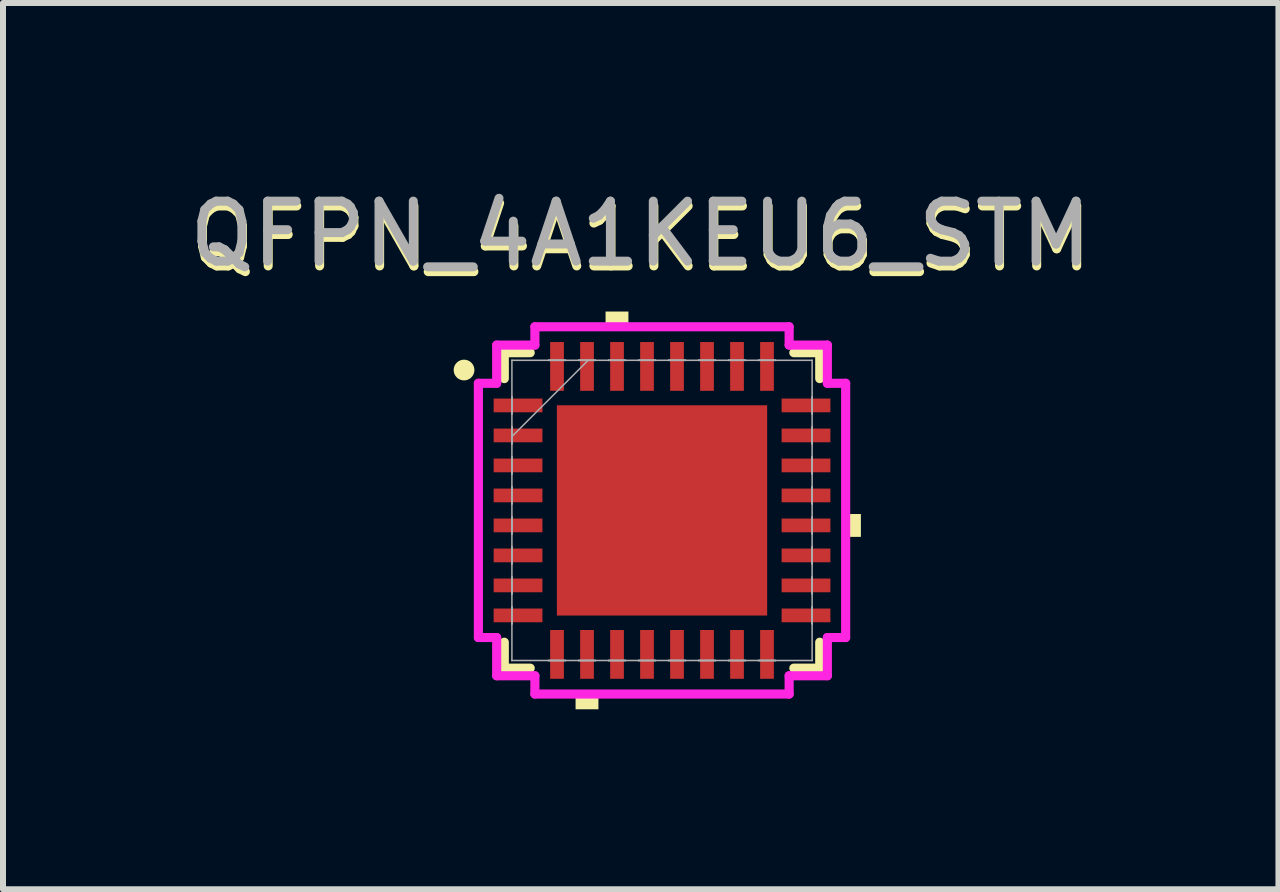
<source format=kicad_pcb>
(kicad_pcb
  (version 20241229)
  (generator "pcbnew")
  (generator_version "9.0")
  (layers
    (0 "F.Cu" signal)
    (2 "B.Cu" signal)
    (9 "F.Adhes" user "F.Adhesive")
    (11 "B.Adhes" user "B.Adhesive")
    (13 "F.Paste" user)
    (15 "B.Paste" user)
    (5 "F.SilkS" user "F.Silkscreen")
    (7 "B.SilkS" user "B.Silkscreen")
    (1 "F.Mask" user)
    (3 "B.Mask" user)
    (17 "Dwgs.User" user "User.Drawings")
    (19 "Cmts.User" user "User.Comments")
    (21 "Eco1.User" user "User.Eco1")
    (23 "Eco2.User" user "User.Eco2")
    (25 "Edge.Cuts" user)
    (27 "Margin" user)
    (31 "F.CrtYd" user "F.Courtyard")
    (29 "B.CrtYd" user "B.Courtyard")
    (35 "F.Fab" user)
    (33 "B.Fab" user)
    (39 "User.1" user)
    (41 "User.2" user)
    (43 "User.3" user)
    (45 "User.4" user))
  (footprint "QFPN_4A1KEU6_STM"
    (layer "F.Cu")
    (at 7.985 5.458)
    (property "Reference" "QFPN_4A1KEU6_STM" (at -0.35 -4.53 0) (unlocked yes) (layer "F.SilkS") (effects (font (size 1 1) (thickness 0.15))))
    (attr smd)
    (fp_line (start -2.629 -2.629) (end -2.629 -2.197) (stroke (width 0.152) (type solid)) (layer "F.SilkS"))
    (fp_line (start -2.629 2.197) (end -2.629 2.629) (stroke (width 0.152) (type solid)) (layer "F.SilkS"))
    (fp_line (start -2.629 2.629) (end -2.197 2.629) (stroke (width 0.152) (type solid)) (layer "F.SilkS"))
    (fp_line (start -2.197 -2.629) (end -2.629 -2.629) (stroke (width 0.152) (type solid)) (layer "F.SilkS"))
    (fp_line (start 2.197 2.629) (end 2.629 2.629) (stroke (width 0.152) (type solid)) (layer "F.SilkS"))
    (fp_line (start 2.629 -2.629) (end 2.197 -2.629) (stroke (width 0.152) (type solid)) (layer "F.SilkS"))
    (fp_line (start 2.629 -2.197) (end 2.629 -2.629) (stroke (width 0.152) (type solid)) (layer "F.SilkS"))
    (fp_line (start 2.629 2.629) (end 2.629 2.197) (stroke (width 0.152) (type solid)) (layer "F.SilkS"))
    (fp_circle (center -3.3 -2.34) (end -3.187 -2.34) (stroke (width 0.12) (type solid)) (fill yes) (layer "F.SilkS"))
    (fp_poly (pts (xy -1.441 3.061) (xy -1.441 3.315) (xy -1.06 3.315) (xy -1.06 3.061)) (stroke (width 0) (type solid)) (fill yes) (layer "F.SilkS"))
    (fp_poly (pts (xy -0.941 -3.061) (xy -0.941 -3.315) (xy -0.56 -3.315) (xy -0.56 -3.061)) (stroke (width 0) (type solid)) (fill yes) (layer "F.SilkS"))
    (fp_poly (pts (xy 3.315 0.06) (xy 3.315 0.441) (xy 3.061 0.441) (xy 3.061 0.06)) (stroke (width 0) (type solid)) (fill yes) (layer "F.SilkS"))
    (fp_poly (pts (xy -1.653 -1.653) (xy -1.653 -0.1) (xy -0.1 -0.1) (xy -0.1 -1.653)) (stroke (width 0) (type solid)) (fill yes) (layer "F.Paste"))
    (fp_poly (pts (xy -1.653 0.1) (xy -1.653 1.653) (xy -0.1 1.653) (xy -0.1 0.1)) (stroke (width 0) (type solid)) (fill yes) (layer "F.Paste"))
    (fp_poly (pts (xy 0.1 -1.653) (xy 0.1 -0.1) (xy 1.653 -0.1) (xy 1.653 -1.653)) (stroke (width 0) (type solid)) (fill yes) (layer "F.Paste"))
    (fp_poly (pts (xy 0.1 0.1) (xy 0.1 1.653) (xy 1.653 1.653) (xy 1.653 0.1)) (stroke (width 0) (type solid)) (fill yes) (layer "F.Paste"))
    (fp_line (start -3.061 -2.119) (end -2.756 -2.119) (stroke (width 0.152) (type solid)) (layer "F.CrtYd"))
    (fp_line (start -3.061 2.119) (end -3.061 -2.119) (stroke (width 0.152) (type solid)) (layer "F.CrtYd"))
    (fp_line (start -2.756 -2.756) (end -2.119 -2.756) (stroke (width 0.152) (type solid)) (layer "F.CrtYd"))
    (fp_line (start -2.756 -2.119) (end -2.756 -2.756) (stroke (width 0.152) (type solid)) (layer "F.CrtYd"))
    (fp_line (start -2.756 2.119) (end -3.061 2.119) (stroke (width 0.152) (type solid)) (layer "F.CrtYd"))
    (fp_line (start -2.756 2.756) (end -2.756 2.119) (stroke (width 0.152) (type solid)) (layer "F.CrtYd"))
    (fp_line (start -2.119 -3.061) (end 2.119 -3.061) (stroke (width 0.152) (type solid)) (layer "F.CrtYd"))
    (fp_line (start -2.119 -2.756) (end -2.119 -3.061) (stroke (width 0.152) (type solid)) (layer "F.CrtYd"))
    (fp_line (start -2.119 2.756) (end -2.756 2.756) (stroke (width 0.152) (type solid)) (layer "F.CrtYd"))
    (fp_line (start -2.119 3.061) (end -2.119 2.756) (stroke (width 0.152) (type solid)) (layer "F.CrtYd"))
    (fp_line (start 2.119 -3.061) (end 2.119 -2.756) (stroke (width 0.152) (type solid)) (layer "F.CrtYd"))
    (fp_line (start 2.119 -2.756) (end 2.756 -2.756) (stroke (width 0.152) (type solid)) (layer "F.CrtYd"))
    (fp_line (start 2.119 2.756) (end 2.119 3.061) (stroke (width 0.152) (type solid)) (layer "F.CrtYd"))
    (fp_line (start 2.119 3.061) (end -2.119 3.061) (stroke (width 0.152) (type solid)) (layer "F.CrtYd"))
    (fp_line (start 2.756 -2.756) (end 2.756 -2.119) (stroke (width 0.152) (type solid)) (layer "F.CrtYd"))
    (fp_line (start 2.756 -2.119) (end 3.061 -2.119) (stroke (width 0.152) (type solid)) (layer "F.CrtYd"))
    (fp_line (start 2.756 2.119) (end 2.756 2.756) (stroke (width 0.152) (type solid)) (layer "F.CrtYd"))
    (fp_line (start 2.756 2.756) (end 2.119 2.756) (stroke (width 0.152) (type solid)) (layer "F.CrtYd"))
    (fp_line (start 3.061 -2.119) (end 3.061 2.119) (stroke (width 0.152) (type solid)) (layer "F.CrtYd"))
    (fp_line (start 3.061 2.119) (end 2.756 2.119) (stroke (width 0.152) (type solid)) (layer "F.CrtYd"))
    (fp_line (start -2.502 -2.502) (end -2.502 -2.502) (stroke (width 0.025) (type solid)) (layer "F.Fab"))
    (fp_line (start -2.502 -2.502) (end -2.502 2.502) (stroke (width 0.025) (type solid)) (layer "F.Fab"))
    (fp_line (start -2.502 -1.89) (end -2.502 -1.89) (stroke (width 0.025) (type solid)) (layer "F.Fab"))
    (fp_line (start -2.502 -1.89) (end -2.502 -1.611) (stroke (width 0.025) (type solid)) (layer "F.Fab"))
    (fp_line (start -2.502 -1.611) (end -2.502 -1.89) (stroke (width 0.025) (type solid)) (layer "F.Fab"))
    (fp_line (start -2.502 -1.611) (end -2.502 -1.611) (stroke (width 0.025) (type solid)) (layer "F.Fab"))
    (fp_line (start -2.502 -1.39) (end -2.502 -1.39) (stroke (width 0.025) (type solid)) (layer "F.Fab"))
    (fp_line (start -2.502 -1.39) (end -2.502 -1.111) (stroke (width 0.025) (type solid)) (layer "F.Fab"))
    (fp_line (start -2.502 -1.232) (end -1.232 -2.502) (stroke (width 0.025) (type solid)) (layer "F.Fab"))
    (fp_line (start -2.502 -1.111) (end -2.502 -1.39) (stroke (width 0.025) (type solid)) (layer "F.Fab"))
    (fp_line (start -2.502 -1.111) (end -2.502 -1.111) (stroke (width 0.025) (type solid)) (layer "F.Fab"))
    (fp_line (start -2.502 -0.89) (end -2.502 -0.89) (stroke (width 0.025) (type solid)) (layer "F.Fab"))
    (fp_line (start -2.502 -0.89) (end -2.502 -0.61) (stroke (width 0.025) (type solid)) (layer "F.Fab"))
    (fp_line (start -2.502 -0.61) (end -2.502 -0.89) (stroke (width 0.025) (type solid)) (layer "F.Fab"))
    (fp_line (start -2.502 -0.61) (end -2.502 -0.61) (stroke (width 0.025) (type solid)) (layer "F.Fab"))
    (fp_line (start -2.502 -0.39) (end -2.502 -0.39) (stroke (width 0.025) (type solid)) (layer "F.Fab"))
    (fp_line (start -2.502 -0.39) (end -2.502 -0.11) (stroke (width 0.025) (type solid)) (layer "F.Fab"))
    (fp_line (start -2.502 -0.11) (end -2.502 -0.39) (stroke (width 0.025) (type solid)) (layer "F.Fab"))
    (fp_line (start -2.502 -0.11) (end -2.502 -0.11) (stroke (width 0.025) (type solid)) (layer "F.Fab"))
    (fp_line (start -2.502 0.11) (end -2.502 0.11) (stroke (width 0.025) (type solid)) (layer "F.Fab"))
    (fp_line (start -2.502 0.11) (end -2.502 0.39) (stroke (width 0.025) (type solid)) (layer "F.Fab"))
    (fp_line (start -2.502 0.39) (end -2.502 0.11) (stroke (width 0.025) (type solid)) (layer "F.Fab"))
    (fp_line (start -2.502 0.39) (end -2.502 0.39) (stroke (width 0.025) (type solid)) (layer "F.Fab"))
    (fp_line (start -2.502 0.61) (end -2.502 0.61) (stroke (width 0.025) (type solid)) (layer "F.Fab"))
    (fp_line (start -2.502 0.61) (end -2.502 0.89) (stroke (width 0.025) (type solid)) (layer "F.Fab"))
    (fp_line (start -2.502 0.89) (end -2.502 0.61) (stroke (width 0.025) (type solid)) (layer "F.Fab"))
    (fp_line (start -2.502 0.89) (end -2.502 0.89) (stroke (width 0.025) (type solid)) (layer "F.Fab"))
    (fp_line (start -2.502 1.111) (end -2.502 1.111) (stroke (width 0.025) (type solid)) (layer "F.Fab"))
    (fp_line (start -2.502 1.111) (end -2.502 1.39) (stroke (width 0.025) (type solid)) (layer "F.Fab"))
    (fp_line (start -2.502 1.39) (end -2.502 1.111) (stroke (width 0.025) (type solid)) (layer "F.Fab"))
    (fp_line (start -2.502 1.39) (end -2.502 1.39) (stroke (width 0.025) (type solid)) (layer "F.Fab"))
    (fp_line (start -2.502 1.611) (end -2.502 1.611) (stroke (width 0.025) (type solid)) (layer "F.Fab"))
    (fp_line (start -2.502 1.611) (end -2.502 1.89) (stroke (width 0.025) (type solid)) (layer "F.Fab"))
    (fp_line (start -2.502 1.89) (end -2.502 1.611) (stroke (width 0.025) (type solid)) (layer "F.Fab"))
    (fp_line (start -2.502 1.89) (end -2.502 1.89) (stroke (width 0.025) (type solid)) (layer "F.Fab"))
    (fp_line (start -2.502 2.502) (end -2.502 2.502) (stroke (width 0.025) (type solid)) (layer "F.Fab"))
    (fp_line (start -2.502 2.502) (end 2.502 2.502) (stroke (width 0.025) (type solid)) (layer "F.Fab"))
    (fp_line (start -1.89 -2.502) (end -1.89 -2.502) (stroke (width 0.025) (type solid)) (layer "F.Fab"))
    (fp_line (start -1.89 -2.502) (end -1.611 -2.502) (stroke (width 0.025) (type solid)) (layer "F.Fab"))
    (fp_line (start -1.89 2.502) (end -1.89 2.502) (stroke (width 0.025) (type solid)) (layer "F.Fab"))
    (fp_line (start -1.89 2.502) (end -1.611 2.502) (stroke (width 0.025) (type solid)) (layer "F.Fab"))
    (fp_line (start -1.611 -2.502) (end -1.89 -2.502) (stroke (width 0.025) (type solid)) (layer "F.Fab"))
    (fp_line (start -1.611 -2.502) (end -1.611 -2.502) (stroke (width 0.025) (type solid)) (layer "F.Fab"))
    (fp_line (start -1.611 2.502) (end -1.89 2.502) (stroke (width 0.025) (type solid)) (layer "F.Fab"))
    (fp_line (start -1.611 2.502) (end -1.611 2.502) (stroke (width 0.025) (type solid)) (layer "F.Fab"))
    (fp_line (start -1.39 -2.502) (end -1.39 -2.502) (stroke (width 0.025) (type solid)) (layer "F.Fab"))
    (fp_line (start -1.39 -2.502) (end -1.111 -2.502) (stroke (width 0.025) (type solid)) (layer "F.Fab"))
    (fp_line (start -1.39 2.502) (end -1.39 2.502) (stroke (width 0.025) (type solid)) (layer "F.Fab"))
    (fp_line (start -1.39 2.502) (end -1.111 2.502) (stroke (width 0.025) (type solid)) (layer "F.Fab"))
    (fp_line (start -1.111 -2.502) (end -1.39 -2.502) (stroke (width 0.025) (type solid)) (layer "F.Fab"))
    (fp_line (start -1.111 -2.502) (end -1.111 -2.502) (stroke (width 0.025) (type solid)) (layer "F.Fab"))
    (fp_line (start -1.111 2.502) (end -1.39 2.502) (stroke (width 0.025) (type solid)) (layer "F.Fab"))
    (fp_line (start -1.111 2.502) (end -1.111 2.502) (stroke (width 0.025) (type solid)) (layer "F.Fab"))
    (fp_line (start -0.89 -2.502) (end -0.89 -2.502) (stroke (width 0.025) (type solid)) (layer "F.Fab"))
    (fp_line (start -0.89 -2.502) (end -0.61 -2.502) (stroke (width 0.025) (type solid)) (layer "F.Fab"))
    (fp_line (start -0.89 2.502) (end -0.89 2.502) (stroke (width 0.025) (type solid)) (layer "F.Fab"))
    (fp_line (start -0.89 2.502) (end -0.61 2.502) (stroke (width 0.025) (type solid)) (layer "F.Fab"))
    (fp_line (start -0.61 -2.502) (end -0.89 -2.502) (stroke (width 0.025) (type solid)) (layer "F.Fab"))
    (fp_line (start -0.61 -2.502) (end -0.61 -2.502) (stroke (width 0.025) (type solid)) (layer "F.Fab"))
    (fp_line (start -0.61 2.502) (end -0.89 2.502) (stroke (width 0.025) (type solid)) (layer "F.Fab"))
    (fp_line (start -0.61 2.502) (end -0.61 2.502) (stroke (width 0.025) (type solid)) (layer "F.Fab"))
    (fp_line (start -0.39 -2.502) (end -0.39 -2.502) (stroke (width 0.025) (type solid)) (layer "F.Fab"))
    (fp_line (start -0.39 -2.502) (end -0.11 -2.502) (stroke (width 0.025) (type solid)) (layer "F.Fab"))
    (fp_line (start -0.39 2.502) (end -0.39 2.502) (stroke (width 0.025) (type solid)) (layer "F.Fab"))
    (fp_line (start -0.39 2.502) (end -0.11 2.502) (stroke (width 0.025) (type solid)) (layer "F.Fab"))
    (fp_line (start -0.11 -2.502) (end -0.39 -2.502) (stroke (width 0.025) (type solid)) (layer "F.Fab"))
    (fp_line (start -0.11 -2.502) (end -0.11 -2.502) (stroke (width 0.025) (type solid)) (layer "F.Fab"))
    (fp_line (start -0.11 2.502) (end -0.39 2.502) (stroke (width 0.025) (type solid)) (layer "F.Fab"))
    (fp_line (start -0.11 2.502) (end -0.11 2.502) (stroke (width 0.025) (type solid)) (layer "F.Fab"))
    (fp_line (start 0.11 -2.502) (end 0.11 -2.502) (stroke (width 0.025) (type solid)) (layer "F.Fab"))
    (fp_line (start 0.11 -2.502) (end 0.39 -2.502) (stroke (width 0.025) (type solid)) (layer "F.Fab"))
    (fp_line (start 0.11 2.502) (end 0.11 2.502) (stroke (width 0.025) (type solid)) (layer "F.Fab"))
    (fp_line (start 0.11 2.502) (end 0.39 2.502) (stroke (width 0.025) (type solid)) (layer "F.Fab"))
    (fp_line (start 0.39 -2.502) (end 0.11 -2.502) (stroke (width 0.025) (type solid)) (layer "F.Fab"))
    (fp_line (start 0.39 -2.502) (end 0.39 -2.502) (stroke (width 0.025) (type solid)) (layer "F.Fab"))
    (fp_line (start 0.39 2.502) (end 0.11 2.502) (stroke (width 0.025) (type solid)) (layer "F.Fab"))
    (fp_line (start 0.39 2.502) (end 0.39 2.502) (stroke (width 0.025) (type solid)) (layer "F.Fab"))
    (fp_line (start 0.61 -2.502) (end 0.61 -2.502) (stroke (width 0.025) (type solid)) (layer "F.Fab"))
    (fp_line (start 0.61 -2.502) (end 0.89 -2.502) (stroke (width 0.025) (type solid)) (layer "F.Fab"))
    (fp_line (start 0.61 2.502) (end 0.61 2.502) (stroke (width 0.025) (type solid)) (layer "F.Fab"))
    (fp_line (start 0.61 2.502) (end 0.89 2.502) (stroke (width 0.025) (type solid)) (layer "F.Fab"))
    (fp_line (start 0.89 -2.502) (end 0.61 -2.502) (stroke (width 0.025) (type solid)) (layer "F.Fab"))
    (fp_line (start 0.89 -2.502) (end 0.89 -2.502) (stroke (width 0.025) (type solid)) (layer "F.Fab"))
    (fp_line (start 0.89 2.502) (end 0.61 2.502) (stroke (width 0.025) (type solid)) (layer "F.Fab"))
    (fp_line (start 0.89 2.502) (end 0.89 2.502) (stroke (width 0.025) (type solid)) (layer "F.Fab"))
    (fp_line (start 1.111 -2.502) (end 1.111 -2.502) (stroke (width 0.025) (type solid)) (layer "F.Fab"))
    (fp_line (start 1.111 -2.502) (end 1.39 -2.502) (stroke (width 0.025) (type solid)) (layer "F.Fab"))
    (fp_line (start 1.111 2.502) (end 1.111 2.502) (stroke (width 0.025) (type solid)) (layer "F.Fab"))
    (fp_line (start 1.111 2.502) (end 1.39 2.502) (stroke (width 0.025) (type solid)) (layer "F.Fab"))
    (fp_line (start 1.39 -2.502) (end 1.111 -2.502) (stroke (width 0.025) (type solid)) (layer "F.Fab"))
    (fp_line (start 1.39 -2.502) (end 1.39 -2.502) (stroke (width 0.025) (type solid)) (layer "F.Fab"))
    (fp_line (start 1.39 2.502) (end 1.111 2.502) (stroke (width 0.025) (type solid)) (layer "F.Fab"))
    (fp_line (start 1.39 2.502) (end 1.39 2.502) (stroke (width 0.025) (type solid)) (layer "F.Fab"))
    (fp_line (start 1.611 -2.502) (end 1.611 -2.502) (stroke (width 0.025) (type solid)) (layer "F.Fab"))
    (fp_line (start 1.611 -2.502) (end 1.89 -2.502) (stroke (width 0.025) (type solid)) (layer "F.Fab"))
    (fp_line (start 1.611 2.502) (end 1.611 2.502) (stroke (width 0.025) (type solid)) (layer "F.Fab"))
    (fp_line (start 1.611 2.502) (end 1.89 2.502) (stroke (width 0.025) (type solid)) (layer "F.Fab"))
    (fp_line (start 1.89 -2.502) (end 1.611 -2.502) (stroke (width 0.025) (type solid)) (layer "F.Fab"))
    (fp_line (start 1.89 -2.502) (end 1.89 -2.502) (stroke (width 0.025) (type solid)) (layer "F.Fab"))
    (fp_line (start 1.89 2.502) (end 1.611 2.502) (stroke (width 0.025) (type solid)) (layer "F.Fab"))
    (fp_line (start 1.89 2.502) (end 1.89 2.502) (stroke (width 0.025) (type solid)) (layer "F.Fab"))
    (fp_line (start 2.502 -2.502) (end -2.502 -2.502) (stroke (width 0.025) (type solid)) (layer "F.Fab"))
    (fp_line (start 2.502 -2.502) (end 2.502 -2.502) (stroke (width 0.025) (type solid)) (layer "F.Fab"))
    (fp_line (start 2.502 -1.89) (end 2.502 -1.89) (stroke (width 0.025) (type solid)) (layer "F.Fab"))
    (fp_line (start 2.502 -1.89) (end 2.502 -1.611) (stroke (width 0.025) (type solid)) (layer "F.Fab"))
    (fp_line (start 2.502 -1.611) (end 2.502 -1.89) (stroke (width 0.025) (type solid)) (layer "F.Fab"))
    (fp_line (start 2.502 -1.611) (end 2.502 -1.611) (stroke (width 0.025) (type solid)) (layer "F.Fab"))
    (fp_line (start 2.502 -1.39) (end 2.502 -1.39) (stroke (width 0.025) (type solid)) (layer "F.Fab"))
    (fp_line (start 2.502 -1.39) (end 2.502 -1.111) (stroke (width 0.025) (type solid)) (layer "F.Fab"))
    (fp_line (start 2.502 -1.111) (end 2.502 -1.39) (stroke (width 0.025) (type solid)) (layer "F.Fab"))
    (fp_line (start 2.502 -1.111) (end 2.502 -1.111) (stroke (width 0.025) (type solid)) (layer "F.Fab"))
    (fp_line (start 2.502 -0.89) (end 2.502 -0.89) (stroke (width 0.025) (type solid)) (layer "F.Fab"))
    (fp_line (start 2.502 -0.89) (end 2.502 -0.61) (stroke (width 0.025) (type solid)) (layer "F.Fab"))
    (fp_line (start 2.502 -0.61) (end 2.502 -0.89) (stroke (width 0.025) (type solid)) (layer "F.Fab"))
    (fp_line (start 2.502 -0.61) (end 2.502 -0.61) (stroke (width 0.025) (type solid)) (layer "F.Fab"))
    (fp_line (start 2.502 -0.39) (end 2.502 -0.39) (stroke (width 0.025) (type solid)) (layer "F.Fab"))
    (fp_line (start 2.502 -0.39) (end 2.502 -0.11) (stroke (width 0.025) (type solid)) (layer "F.Fab"))
    (fp_line (start 2.502 -0.11) (end 2.502 -0.39) (stroke (width 0.025) (type solid)) (layer "F.Fab"))
    (fp_line (start 2.502 -0.11) (end 2.502 -0.11) (stroke (width 0.025) (type solid)) (layer "F.Fab"))
    (fp_line (start 2.502 0.11) (end 2.502 0.11) (stroke (width 0.025) (type solid)) (layer "F.Fab"))
    (fp_line (start 2.502 0.11) (end 2.502 0.39) (stroke (width 0.025) (type solid)) (layer "F.Fab"))
    (fp_line (start 2.502 0.39) (end 2.502 0.11) (stroke (width 0.025) (type solid)) (layer "F.Fab"))
    (fp_line (start 2.502 0.39) (end 2.502 0.39) (stroke (width 0.025) (type solid)) (layer "F.Fab"))
    (fp_line (start 2.502 0.61) (end 2.502 0.61) (stroke (width 0.025) (type solid)) (layer "F.Fab"))
    (fp_line (start 2.502 0.61) (end 2.502 0.89) (stroke (width 0.025) (type solid)) (layer "F.Fab"))
    (fp_line (start 2.502 0.89) (end 2.502 0.61) (stroke (width 0.025) (type solid)) (layer "F.Fab"))
    (fp_line (start 2.502 0.89) (end 2.502 0.89) (stroke (width 0.025) (type solid)) (layer "F.Fab"))
    (fp_line (start 2.502 1.111) (end 2.502 1.111) (stroke (width 0.025) (type solid)) (layer "F.Fab"))
    (fp_line (start 2.502 1.111) (end 2.502 1.39) (stroke (width 0.025) (type solid)) (layer "F.Fab"))
    (fp_line (start 2.502 1.39) (end 2.502 1.111) (stroke (width 0.025) (type solid)) (layer "F.Fab"))
    (fp_line (start 2.502 1.39) (end 2.502 1.39) (stroke (width 0.025) (type solid)) (layer "F.Fab"))
    (fp_line (start 2.502 1.611) (end 2.502 1.611) (stroke (width 0.025) (type solid)) (layer "F.Fab"))
    (fp_line (start 2.502 1.611) (end 2.502 1.89) (stroke (width 0.025) (type solid)) (layer "F.Fab"))
    (fp_line (start 2.502 1.89) (end 2.502 1.611) (stroke (width 0.025) (type solid)) (layer "F.Fab"))
    (fp_line (start 2.502 1.89) (end 2.502 1.89) (stroke (width 0.025) (type solid)) (layer "F.Fab"))
    (fp_line (start 2.502 2.502) (end 2.502 -2.502) (stroke (width 0.025) (type solid)) (layer "F.Fab"))
    (fp_line (start 2.502 2.502) (end 2.502 2.502) (stroke (width 0.025) (type solid)) (layer "F.Fab"))
    (fp_text user "${REFERENCE}" (at -0.36 -4.61 0) (unlocked yes) (layer "F.Fab") (effects (font (size 1 1) (thickness 0.15))))
    (pad "1" smd rect (at -2.4 -1.75 90) (size 0.229 0.813) (layers "F.Cu" "F.Mask" "F.Paste"))
    (pad "2" smd rect (at -2.4 -1.25 90) (size 0.229 0.813) (layers "F.Cu" "F.Mask" "F.Paste"))
    (pad "3" smd rect (at -2.4 -0.75 90) (size 0.229 0.813) (layers "F.Cu" "F.Mask" "F.Paste"))
    (pad "4" smd rect (at -2.4 -0.25 90) (size 0.229 0.813) (layers "F.Cu" "F.Mask" "F.Paste"))
    (pad "5" smd rect (at -2.4 0.25 90) (size 0.229 0.813) (layers "F.Cu" "F.Mask" "F.Paste"))
    (pad "6" smd rect (at -2.4 0.75 90) (size 0.229 0.813) (layers "F.Cu" "F.Mask" "F.Paste"))
    (pad "7" smd rect (at -2.4 1.25 90) (size 0.229 0.813) (layers "F.Cu" "F.Mask" "F.Paste"))
    (pad "8" smd rect (at -2.4 1.75 90) (size 0.229 0.813) (layers "F.Cu" "F.Mask" "F.Paste"))
    (pad "9" smd rect (at -1.75 2.4) (size 0.229 0.813) (layers "F.Cu" "F.Mask" "F.Paste"))
    (pad "10" smd rect (at -1.25 2.4) (size 0.229 0.813) (layers "F.Cu" "F.Mask" "F.Paste"))
    (pad "11" smd rect (at -0.75 2.4) (size 0.229 0.813) (layers "F.Cu" "F.Mask" "F.Paste"))
    (pad "12" smd rect (at -0.25 2.4) (size 0.229 0.813) (layers "F.Cu" "F.Mask" "F.Paste"))
    (pad "13" smd rect (at 0.25 2.4) (size 0.229 0.813) (layers "F.Cu" "F.Mask" "F.Paste"))
    (pad "14" smd rect (at 0.75 2.4) (size 0.229 0.813) (layers "F.Cu" "F.Mask" "F.Paste"))
    (pad "15" smd rect (at 1.25 2.4) (size 0.229 0.813) (layers "F.Cu" "F.Mask" "F.Paste"))
    (pad "16" smd rect (at 1.75 2.4) (size 0.229 0.813) (layers "F.Cu" "F.Mask" "F.Paste"))
    (pad "17" smd rect (at 2.4 1.75 90) (size 0.229 0.813) (layers "F.Cu" "F.Mask" "F.Paste"))
    (pad "18" smd rect (at 2.4 1.25 90) (size 0.229 0.813) (layers "F.Cu" "F.Mask" "F.Paste"))
    (pad "19" smd rect (at 2.4 0.75 90) (size 0.229 0.813) (layers "F.Cu" "F.Mask" "F.Paste"))
    (pad "20" smd rect (at 2.4 0.25 90) (size 0.229 0.813) (layers "F.Cu" "F.Mask" "F.Paste"))
    (pad "21" smd rect (at 2.4 -0.25 90) (size 0.229 0.813) (layers "F.Cu" "F.Mask" "F.Paste"))
    (pad "22" smd rect (at 2.4 -0.75 90) (size 0.229 0.813) (layers "F.Cu" "F.Mask" "F.Paste"))
    (pad "23" smd rect (at 2.4 -1.25 90) (size 0.229 0.813) (layers "F.Cu" "F.Mask" "F.Paste"))
    (pad "24" smd rect (at 2.4 -1.75 90) (size 0.229 0.813) (layers "F.Cu" "F.Mask" "F.Paste"))
    (pad "25" smd rect (at 1.75 -2.4) (size 0.229 0.813) (layers "F.Cu" "F.Mask" "F.Paste"))
    (pad "26" smd rect (at 1.25 -2.4) (size 0.229 0.813) (layers "F.Cu" "F.Mask" "F.Paste"))
    (pad "27" smd rect (at 0.75 -2.4) (size 0.229 0.813) (layers "F.Cu" "F.Mask" "F.Paste"))
    (pad "28" smd rect (at 0.25 -2.4) (size 0.229 0.813) (layers "F.Cu" "F.Mask" "F.Paste"))
    (pad "29" smd rect (at -0.25 -2.4) (size 0.229 0.813) (layers "F.Cu" "F.Mask" "F.Paste"))
    (pad "30" smd rect (at -0.75 -2.4) (size 0.229 0.813) (layers "F.Cu" "F.Mask" "F.Paste"))
    (pad "31" smd rect (at -1.25 -2.4) (size 0.229 0.813) (layers "F.Cu" "F.Mask" "F.Paste"))
    (pad "32" smd rect (at -1.75 -2.4) (size 0.229 0.813) (layers "F.Cu" "F.Mask" "F.Paste"))
    (pad "33" smd rect (at 0 0) (size 3.505 3.505) (layers "F.Cu" "F.Mask")))
  (gr_rect
    (start -3 -3)
    (end 18.26 11.773)
    (stroke (width 0.1) (type default))
    (fill no)
    (layer "Edge.Cuts")))
</source>
